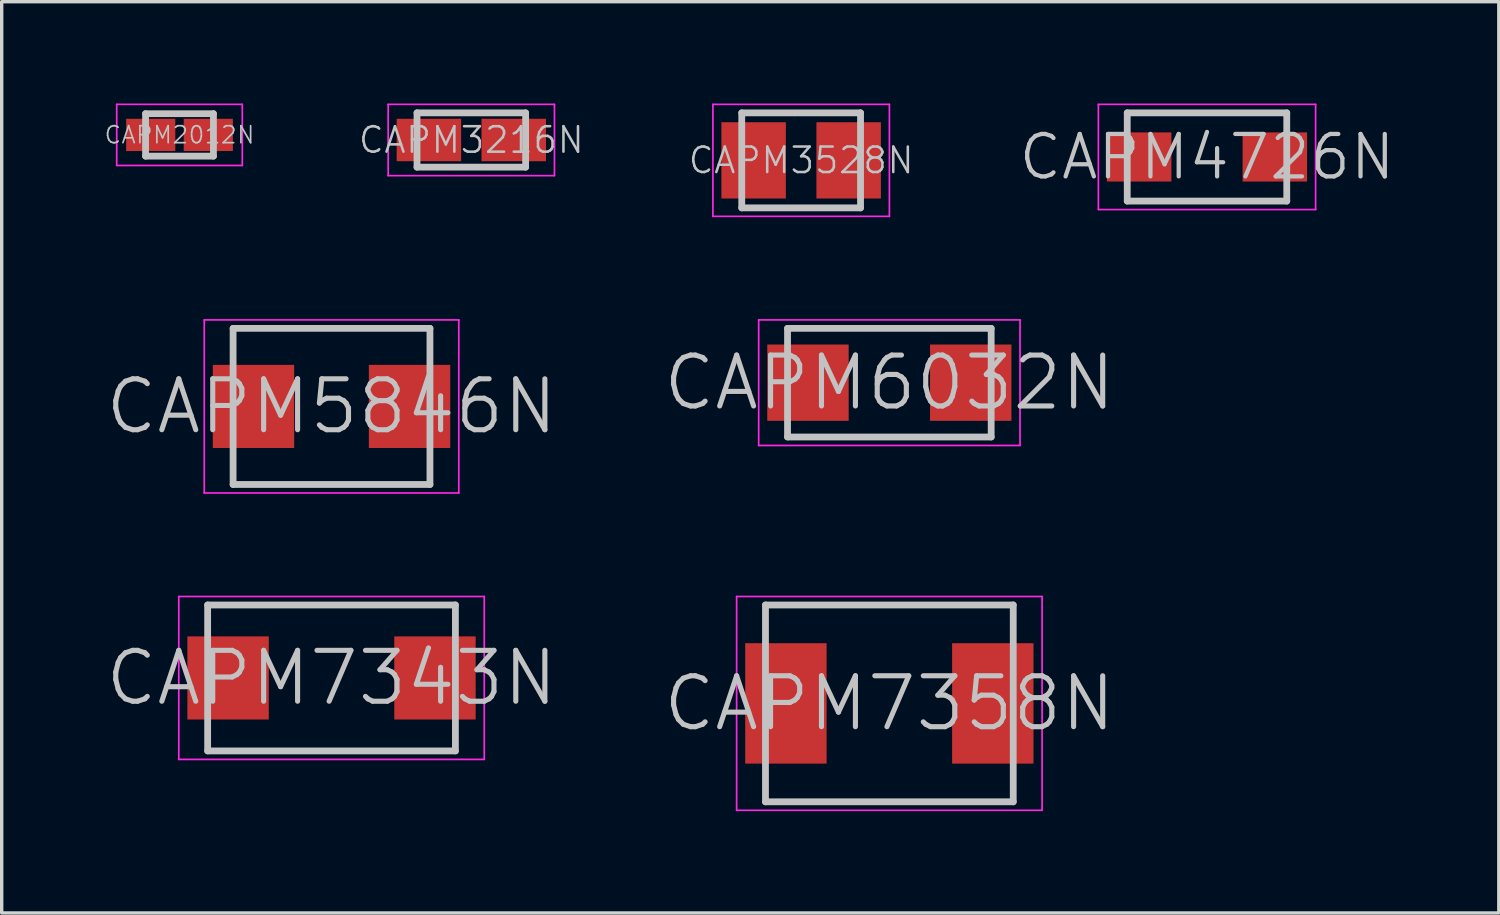
<source format=kicad_pcb>
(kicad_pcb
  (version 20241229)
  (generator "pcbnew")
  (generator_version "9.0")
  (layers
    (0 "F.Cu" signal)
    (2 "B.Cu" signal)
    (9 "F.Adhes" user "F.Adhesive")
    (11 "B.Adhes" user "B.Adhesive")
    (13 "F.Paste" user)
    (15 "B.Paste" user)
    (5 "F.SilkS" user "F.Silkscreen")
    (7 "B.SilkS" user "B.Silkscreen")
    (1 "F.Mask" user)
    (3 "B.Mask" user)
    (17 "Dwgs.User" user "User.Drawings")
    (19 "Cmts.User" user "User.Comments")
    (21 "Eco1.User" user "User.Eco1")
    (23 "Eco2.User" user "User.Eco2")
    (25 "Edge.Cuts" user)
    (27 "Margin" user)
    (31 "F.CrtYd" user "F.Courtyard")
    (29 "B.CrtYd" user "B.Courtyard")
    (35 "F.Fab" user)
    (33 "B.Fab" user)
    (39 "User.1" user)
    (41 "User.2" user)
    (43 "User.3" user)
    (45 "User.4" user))
  (footprint "CAPM7343N"
    (layer "F.Cu")
    (at 6.718 16.925)
    (property "Reference" "CAPM7343N" (at 0 0 0) (layer "Dwgs.User") (effects (font (size 1.5 1.5) (thickness 0.15))))
    (attr smd)
    (fp_line (start -3.65 -2.15) (end -3.65 2.15) (stroke (width 0.2) (type solid)) (layer "Dwgs.User"))
    (fp_line (start -3.65 -2.15) (end 3.65 -2.15) (stroke (width 0.2) (type solid)) (layer "Dwgs.User"))
    (fp_line (start -3.65 2.15) (end 3.65 2.15) (stroke (width 0.2) (type solid)) (layer "Dwgs.User"))
    (fp_line (start 3.65 -2.15) (end 3.65 2.15) (stroke (width 0.2) (type solid)) (layer "Dwgs.User"))
    (fp_line (start -4.5 -2.4) (end -4.5 2.4) (stroke (width 0.05) (type solid)) (layer "F.CrtYd"))
    (fp_line (start -4.5 -2.4) (end 4.5 -2.4) (stroke (width 0.05) (type solid)) (layer "F.CrtYd"))
    (fp_line (start -4.5 2.4) (end 4.5 2.4) (stroke (width 0.05) (type solid)) (layer "F.CrtYd"))
    (fp_line (start 4.5 -2.4) (end 4.5 2.4) (stroke (width 0.05) (type solid)) (layer "F.CrtYd"))
    (pad "1" smd rect (at -3.048 0 90) (size 2.449 2.398) (layers "F.Cu" "F.Mask" "F.Paste"))
    (pad "2" smd rect (at 3.048 0 270) (size 2.449 2.398) (layers "F.Cu" "F.Mask" "F.Paste")))
  (footprint "CAPM3216N"
    (layer "F.Cu")
    (at 10.837 1.075)
    (property "Reference" "CAPM3216N" (at 0 0 0) (layer "Dwgs.User") (effects (font (size 0.75 0.75) (thickness 0.075))))
    (attr smd)
    (fp_line (start -1.6 -0.8) (end -1.6 0.8) (stroke (width 0.2) (type solid)) (layer "Dwgs.User"))
    (fp_line (start -1.6 -0.8) (end 1.6 -0.8) (stroke (width 0.2) (type solid)) (layer "Dwgs.User"))
    (fp_line (start -1.6 0.8) (end 1.6 0.8) (stroke (width 0.2) (type solid)) (layer "Dwgs.User"))
    (fp_line (start 1.6 -0.8) (end 1.6 0.8) (stroke (width 0.2) (type solid)) (layer "Dwgs.User"))
    (fp_line (start -2.45 -1.05) (end -2.45 1.05) (stroke (width 0.05) (type solid)) (layer "F.CrtYd"))
    (fp_line (start -2.45 -1.05) (end 2.45 -1.05) (stroke (width 0.05) (type solid)) (layer "F.CrtYd"))
    (fp_line (start -2.45 1.05) (end 2.45 1.05) (stroke (width 0.05) (type solid)) (layer "F.CrtYd"))
    (fp_line (start 2.45 -1.05) (end 2.45 1.05) (stroke (width 0.05) (type solid)) (layer "F.CrtYd"))
    (pad "1" smd rect (at -1.25 0 90) (size 1.25 1.9) (layers "F.Cu" "F.Mask" "F.Paste"))
    (pad "2" smd rect (at 1.25 0 270) (size 1.25 1.9) (layers "F.Cu" "F.Mask" "F.Paste")))
  (footprint "CAPM4726N"
    (layer "F.Cu")
    (at 32.513 1.575)
    (property "Reference" "CAPM4726N" (at 0 0 0) (layer "Dwgs.User") (effects (font (size 1.25 1.25) (thickness 0.125))))
    (attr smd)
    (fp_line (start -2.35 -1.3) (end -2.35 1.3) (stroke (width 0.2) (type solid)) (layer "Dwgs.User"))
    (fp_line (start -2.35 -1.3) (end 2.35 -1.3) (stroke (width 0.2) (type solid)) (layer "Dwgs.User"))
    (fp_line (start -2.35 1.3) (end 2.35 1.3) (stroke (width 0.2) (type solid)) (layer "Dwgs.User"))
    (fp_line (start 2.35 -1.3) (end 2.35 1.3) (stroke (width 0.2) (type solid)) (layer "Dwgs.User"))
    (fp_line (start -3.2 -1.55) (end -3.2 1.55) (stroke (width 0.05) (type solid)) (layer "F.CrtYd"))
    (fp_line (start -3.2 -1.55) (end 3.2 -1.55) (stroke (width 0.05) (type solid)) (layer "F.CrtYd"))
    (fp_line (start -3.2 1.55) (end 3.2 1.55) (stroke (width 0.05) (type solid)) (layer "F.CrtYd"))
    (fp_line (start 3.2 -1.55) (end 3.2 1.55) (stroke (width 0.05) (type solid)) (layer "F.CrtYd"))
    (pad "1" smd rect (at -1.999 0 90) (size 1.448 1.9) (layers "F.Cu" "F.Mask" "F.Paste"))
    (pad "2" smd rect (at 1.999 0 270) (size 1.448 1.9) (layers "F.Cu" "F.Mask" "F.Paste")))
  (footprint "CAPM6032N"
    (layer "F.Cu")
    (at 23.154 8.225)
    (property "Reference" "CAPM6032N" (at 0 0 0) (layer "Dwgs.User") (effects (font (size 1.5 1.5) (thickness 0.15))))
    (attr smd)
    (fp_line (start -3 -1.6) (end -3 1.6) (stroke (width 0.2) (type solid)) (layer "Dwgs.User"))
    (fp_line (start -3 -1.6) (end 3 -1.6) (stroke (width 0.2) (type solid)) (layer "Dwgs.User"))
    (fp_line (start -3 1.6) (end 3 1.6) (stroke (width 0.2) (type solid)) (layer "Dwgs.User"))
    (fp_line (start 3 -1.6) (end 3 1.6) (stroke (width 0.2) (type solid)) (layer "Dwgs.User"))
    (fp_line (start -3.85 -1.85) (end -3.85 1.85) (stroke (width 0.05) (type solid)) (layer "F.CrtYd"))
    (fp_line (start -3.85 -1.85) (end 3.85 -1.85) (stroke (width 0.05) (type solid)) (layer "F.CrtYd"))
    (fp_line (start -3.85 1.85) (end 3.85 1.85) (stroke (width 0.05) (type solid)) (layer "F.CrtYd"))
    (fp_line (start 3.85 -1.85) (end 3.85 1.85) (stroke (width 0.05) (type solid)) (layer "F.CrtYd"))
    (pad "1" smd rect (at -2.398 0 90) (size 2.248 2.398) (layers "F.Cu" "F.Mask" "F.Paste"))
    (pad "2" smd rect (at 2.398 0 270) (size 2.248 2.398) (layers "F.Cu" "F.Mask" "F.Paste")))
  (footprint "CAPM2012N"
    (layer "F.Cu")
    (at 2.239 0.925)
    (property "Reference" "CAPM2012N" (at 0 0 0) (layer "Dwgs.User") (effects (font (size 0.5 0.5) (thickness 0.05))))
    (attr smd)
    (fp_line (start -1 -0.625) (end -1 0.625) (stroke (width 0.2) (type solid)) (layer "Dwgs.User"))
    (fp_line (start -1 -0.625) (end 1 -0.625) (stroke (width 0.2) (type solid)) (layer "Dwgs.User"))
    (fp_line (start -1 0.625) (end 1 0.625) (stroke (width 0.2) (type solid)) (layer "Dwgs.User"))
    (fp_line (start 1 -0.625) (end 1 0.625) (stroke (width 0.2) (type solid)) (layer "Dwgs.User"))
    (fp_line (start -1.85 -0.9) (end -1.85 0.9) (stroke (width 0.05) (type solid)) (layer "F.CrtYd"))
    (fp_line (start -1.85 -0.9) (end 1.85 -0.9) (stroke (width 0.05) (type solid)) (layer "F.CrtYd"))
    (fp_line (start -1.85 0.9) (end 1.85 0.9) (stroke (width 0.05) (type solid)) (layer "F.CrtYd"))
    (fp_line (start 1.85 -0.9) (end 1.85 0.9) (stroke (width 0.05) (type solid)) (layer "F.CrtYd"))
    (pad "1" smd rect (at -0.848 0 90) (size 0.95 1.448) (layers "F.Cu" "F.Mask" "F.Paste"))
    (pad "2" smd rect (at 0.848 0 270) (size 0.95 1.448) (layers "F.Cu" "F.Mask" "F.Paste")))
  (footprint "CAPM3528N"
    (layer "F.Cu")
    (at 20.555 1.675)
    (property "Reference" "CAPM3528N" (at 0 0 0) (layer "Dwgs.User") (effects (font (size 0.75 0.75) (thickness 0.075))))
    (attr smd)
    (fp_line (start -1.75 -1.4) (end -1.75 1.4) (stroke (width 0.2) (type solid)) (layer "Dwgs.User"))
    (fp_line (start -1.75 -1.4) (end 1.75 -1.4) (stroke (width 0.2) (type solid)) (layer "Dwgs.User"))
    (fp_line (start -1.75 1.4) (end 1.75 1.4) (stroke (width 0.2) (type solid)) (layer "Dwgs.User"))
    (fp_line (start 1.75 -1.4) (end 1.75 1.4) (stroke (width 0.2) (type solid)) (layer "Dwgs.User"))
    (fp_line (start -2.6 -1.65) (end -2.6 1.65) (stroke (width 0.05) (type solid)) (layer "F.CrtYd"))
    (fp_line (start -2.6 -1.65) (end 2.6 -1.65) (stroke (width 0.05) (type solid)) (layer "F.CrtYd"))
    (fp_line (start -2.6 1.65) (end 2.6 1.65) (stroke (width 0.05) (type solid)) (layer "F.CrtYd"))
    (fp_line (start 2.6 -1.65) (end 2.6 1.65) (stroke (width 0.05) (type solid)) (layer "F.CrtYd"))
    (pad "1" smd rect (at -1.4 0 90) (size 2.248 1.9) (layers "F.Cu" "F.Mask" "F.Paste"))
    (pad "2" smd rect (at 1.4 0 270) (size 2.248 1.9) (layers "F.Cu" "F.Mask" "F.Paste")))
  (footprint "CAPM5846N"
    (layer "F.Cu")
    (at 6.718 8.925)
    (property "Reference" "CAPM5846N" (at 0 0 0) (layer "Dwgs.User") (effects (font (size 1.5 1.5) (thickness 0.15))))
    (attr smd)
    (fp_line (start -2.9 -2.3) (end -2.9 2.3) (stroke (width 0.2) (type solid)) (layer "Dwgs.User"))
    (fp_line (start -2.9 -2.3) (end 2.9 -2.3) (stroke (width 0.2) (type solid)) (layer "Dwgs.User"))
    (fp_line (start -2.9 2.3) (end 2.9 2.3) (stroke (width 0.2) (type solid)) (layer "Dwgs.User"))
    (fp_line (start 2.9 -2.3) (end 2.9 2.3) (stroke (width 0.2) (type solid)) (layer "Dwgs.User"))
    (fp_line (start -3.75 -2.55) (end -3.75 2.55) (stroke (width 0.05) (type solid)) (layer "F.CrtYd"))
    (fp_line (start -3.75 -2.55) (end 3.75 -2.55) (stroke (width 0.05) (type solid)) (layer "F.CrtYd"))
    (fp_line (start -3.75 2.55) (end 3.75 2.55) (stroke (width 0.05) (type solid)) (layer "F.CrtYd"))
    (fp_line (start 3.75 -2.55) (end 3.75 2.55) (stroke (width 0.05) (type solid)) (layer "F.CrtYd"))
    (pad "1" smd rect (at -2.299 0 90) (size 2.449 2.398) (layers "F.Cu" "F.Mask" "F.Paste"))
    (pad "2" smd rect (at 2.299 0 270) (size 2.449 2.398) (layers "F.Cu" "F.Mask" "F.Paste")))
  (footprint "CAPM7358N"
    (layer "F.Cu")
    (at 23.154 17.675)
    (property "Reference" "CAPM7358N" (at 0 0 0) (layer "Dwgs.User") (effects (font (size 1.5 1.5) (thickness 0.15))))
    (attr smd)
    (fp_line (start -3.65 -2.9) (end -3.65 2.9) (stroke (width 0.2) (type solid)) (layer "Dwgs.User"))
    (fp_line (start -3.65 -2.9) (end 3.65 -2.9) (stroke (width 0.2) (type solid)) (layer "Dwgs.User"))
    (fp_line (start -3.65 2.9) (end 3.65 2.9) (stroke (width 0.2) (type solid)) (layer "Dwgs.User"))
    (fp_line (start 3.65 -2.9) (end 3.65 2.9) (stroke (width 0.2) (type solid)) (layer "Dwgs.User"))
    (fp_line (start -4.5 -3.15) (end -4.5 3.15) (stroke (width 0.05) (type solid)) (layer "F.CrtYd"))
    (fp_line (start -4.5 -3.15) (end 4.5 -3.15) (stroke (width 0.05) (type solid)) (layer "F.CrtYd"))
    (fp_line (start -4.5 3.15) (end 4.5 3.15) (stroke (width 0.05) (type solid)) (layer "F.CrtYd"))
    (fp_line (start 4.5 -3.15) (end 4.5 3.15) (stroke (width 0.05) (type solid)) (layer "F.CrtYd"))
    (pad "1" smd rect (at -3.048 0 90) (size 3.548 2.398) (layers "F.Cu" "F.Mask" "F.Paste"))
    (pad "2" smd rect (at 3.048 0 270) (size 3.548 2.398) (layers "F.Cu" "F.Mask" "F.Paste")))
  (gr_rect
    (start -3 -3)
    (end 41.111 23.85)
    (stroke (width 0.1) (type default))
    (fill no)
    (layer "Edge.Cuts")))
</source>
